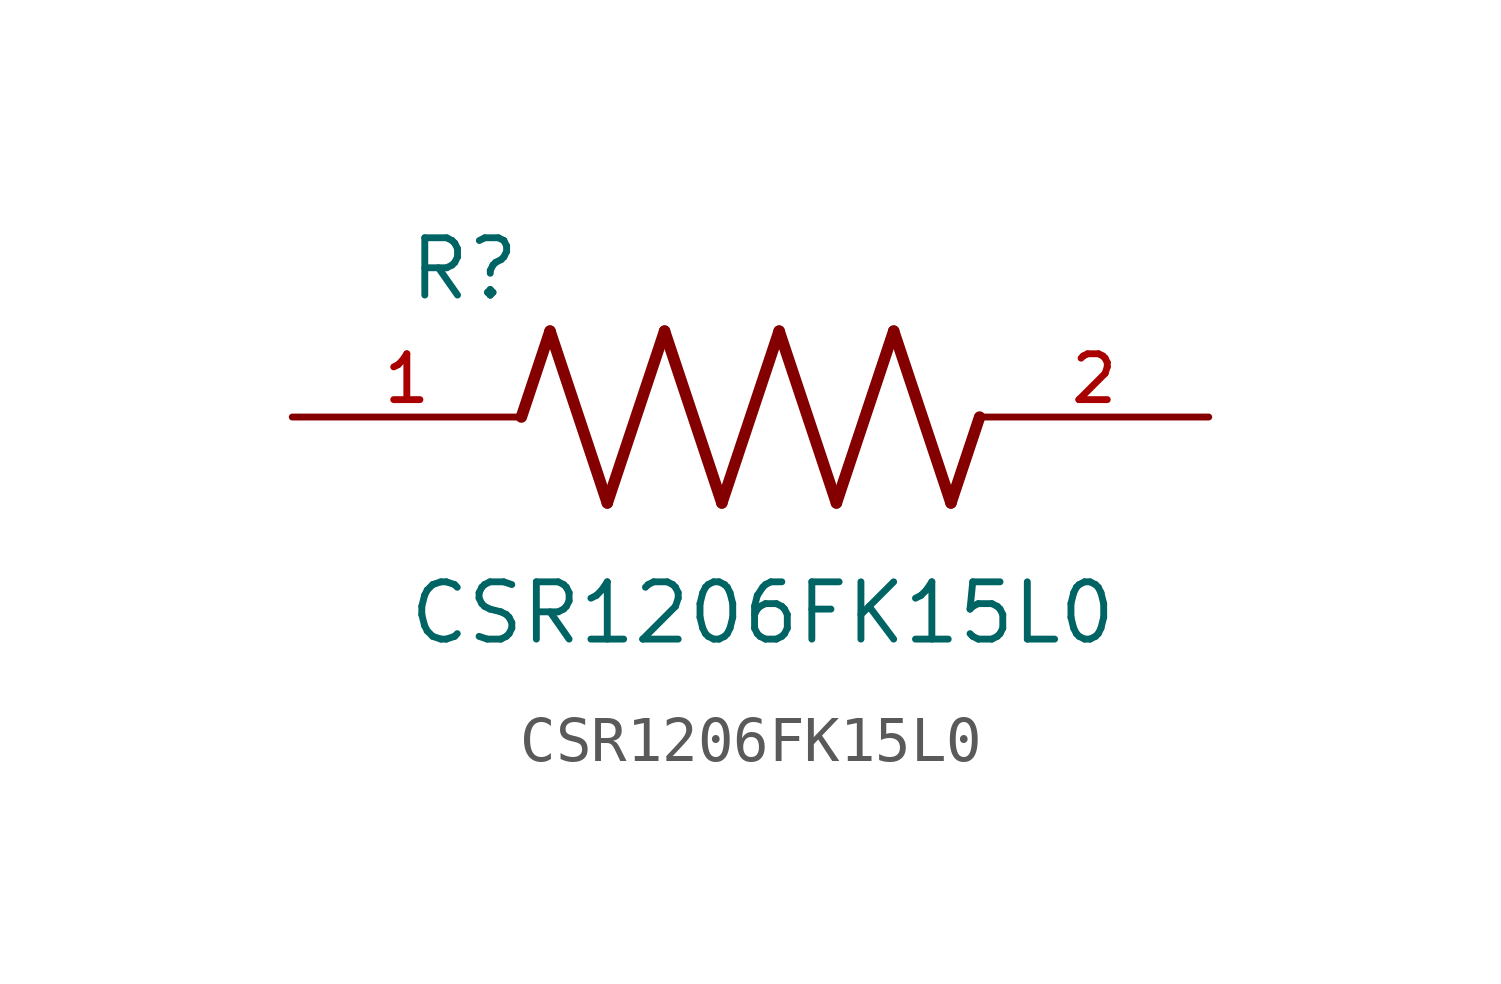
<source format=kicad_sym>
(kicad_symbol_lib
  (version 20211014)
  (generator kicad_symbol_editor)
  (symbol "CSR1206FK15L0"
    (pin_names
      (offset 1.016))
    (property "Reference" "R"
      (at -7.624 2.541 0)
      (effects (font (size 1.27 1.27)) (justify bottom left)))
    (property "Value" "CSR1206FK15L0"
      (at -7.63 -5.087 0)
      (effects (font (size 1.27 1.27)) (justify bottom left)))
    (symbol "CSR1206FK15L0_0_0"
      (polyline (pts (xy -5.08 0.0) (xy -4.445 1.905)) (stroke (width 0.254)))
      (polyline (pts (xy -4.445 1.905) (xy -3.175 -1.905)) (stroke (width 0.254)))
      (polyline (pts (xy -3.175 -1.905) (xy -1.905 1.905)) (stroke (width 0.254)))
      (polyline (pts (xy -1.905 1.905) (xy -0.635 -1.905)) (stroke (width 0.254)))
      (polyline (pts (xy -0.635 -1.905) (xy 0.635 1.905)) (stroke (width 0.254)))
      (polyline (pts (xy 0.635 1.905) (xy 1.905 -1.905)) (stroke (width 0.254)))
      (polyline (pts (xy 1.905 -1.905) (xy 3.175 1.905)) (stroke (width 0.254)))
      (polyline (pts (xy 3.175 1.905) (xy 4.445 -1.905)) (stroke (width 0.254)))
      (polyline (pts (xy 4.445 -1.905) (xy 5.08 0.0)) (stroke (width 0.254)))
      (pin passive line (at -10.16 0.0 0) (length 5.08) (name "~" (effects (font (size 1.016 1.016)))) (number "1" (effects (font (size 1.016 1.016)))))
      (pin passive line (at 10.16 0.0 180.0) (length 5.08) (name "~" (effects (font (size 1.016 1.016)))) (number "2" (effects (font (size 1.016 1.016))))))))
</source>
